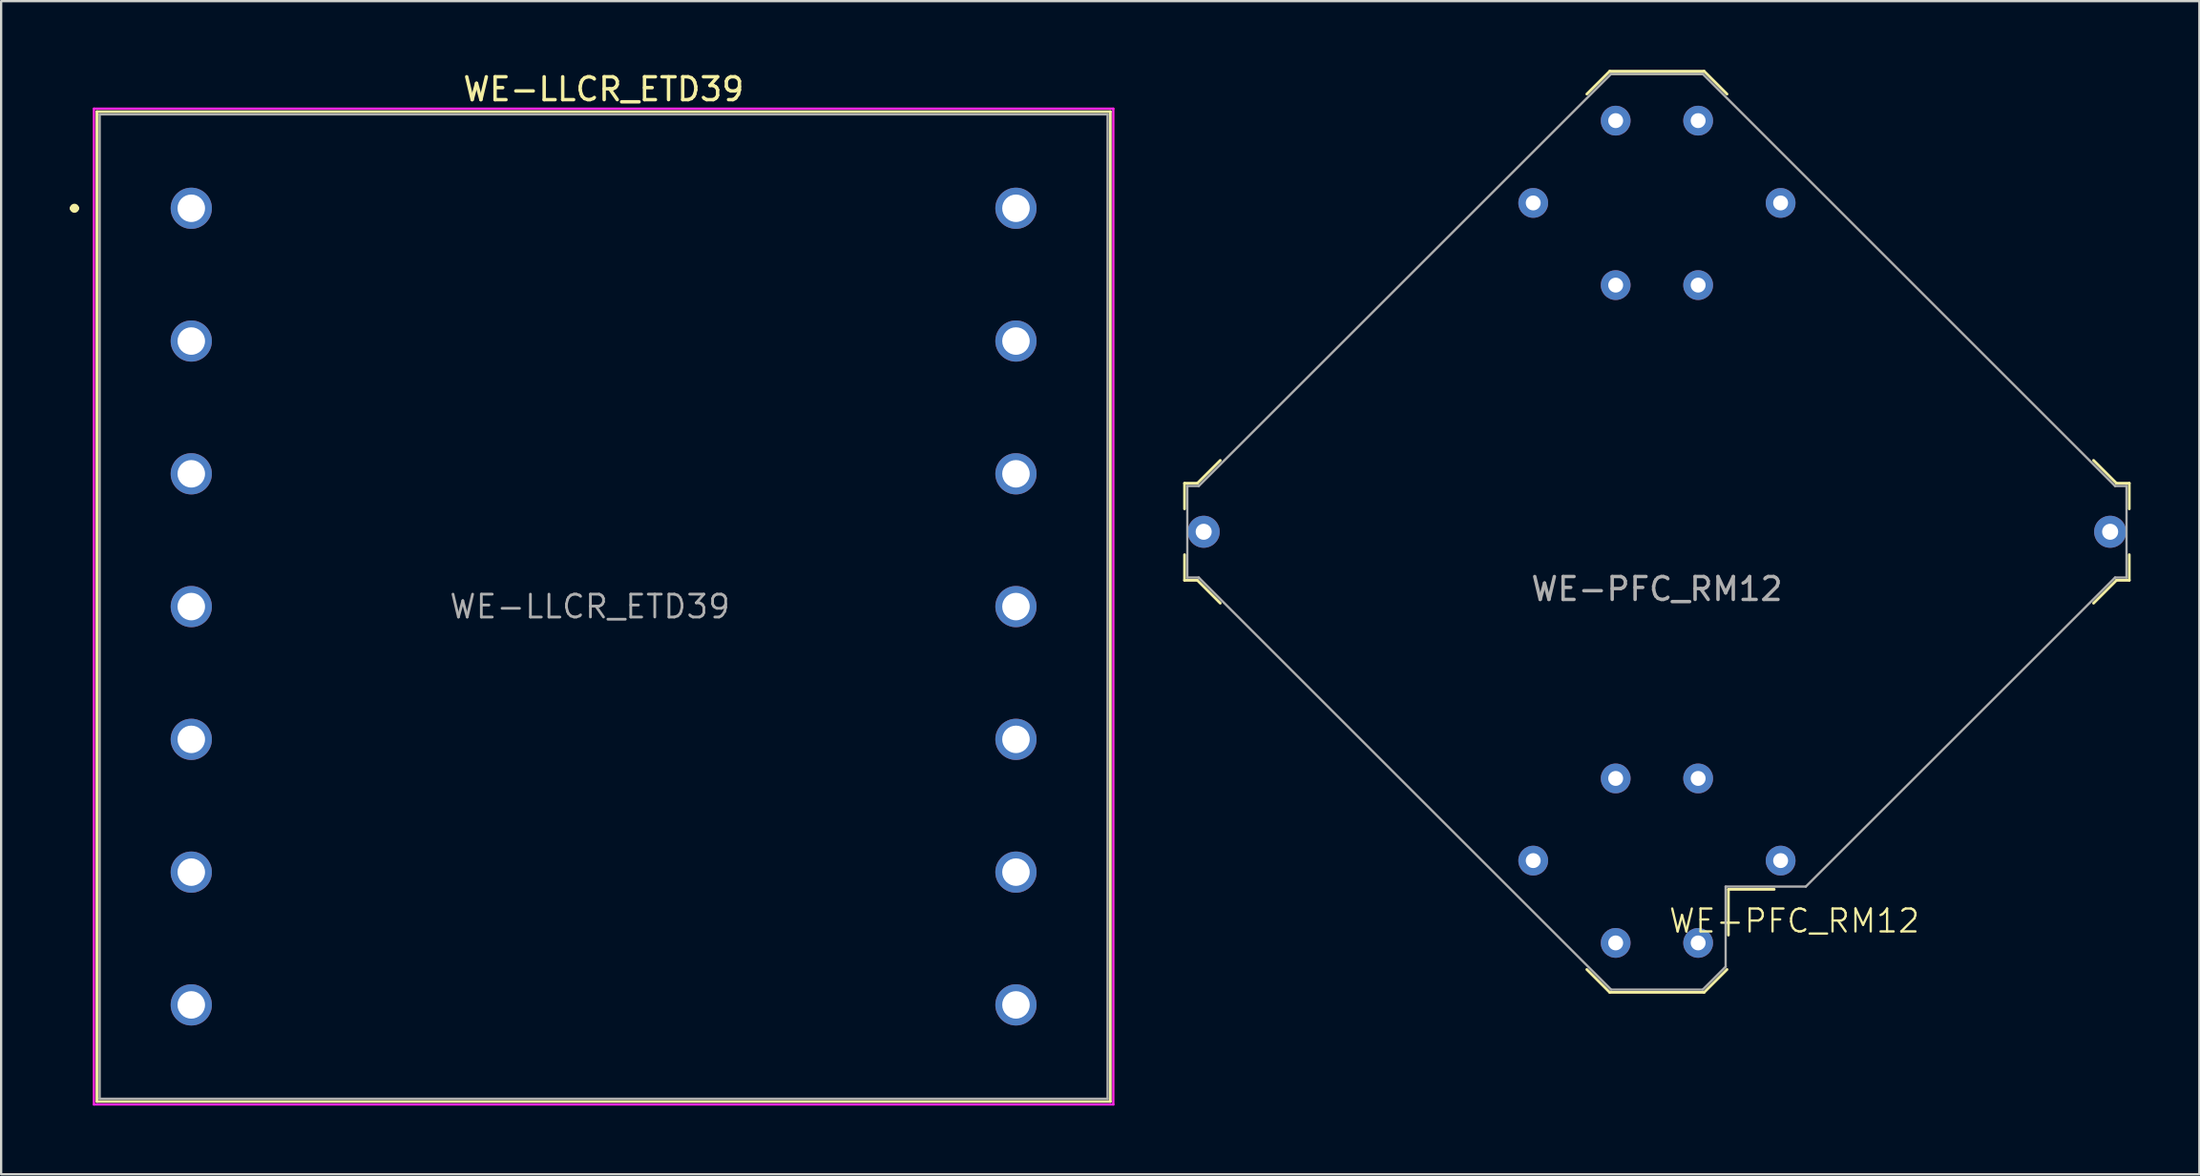
<source format=kicad_pcb>
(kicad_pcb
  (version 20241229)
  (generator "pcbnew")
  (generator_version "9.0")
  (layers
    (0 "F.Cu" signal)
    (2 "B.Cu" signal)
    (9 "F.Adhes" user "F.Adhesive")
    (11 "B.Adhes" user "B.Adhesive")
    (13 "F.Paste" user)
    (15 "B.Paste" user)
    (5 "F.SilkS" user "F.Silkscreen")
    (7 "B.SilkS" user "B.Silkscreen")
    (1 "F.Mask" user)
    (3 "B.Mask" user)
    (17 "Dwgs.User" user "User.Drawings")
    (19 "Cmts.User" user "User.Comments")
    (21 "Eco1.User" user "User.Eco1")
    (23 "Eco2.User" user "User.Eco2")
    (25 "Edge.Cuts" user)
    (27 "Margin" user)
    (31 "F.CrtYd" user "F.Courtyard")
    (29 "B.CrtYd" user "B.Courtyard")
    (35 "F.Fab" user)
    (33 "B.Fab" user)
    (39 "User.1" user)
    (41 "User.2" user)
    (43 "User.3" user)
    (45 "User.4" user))
  (footprint "WE-LLCR_ETD39"
    (layer "F.Cu")
    (at 23.3 23.448)
    (property "Reference" "WE-LLCR_ETD39" (at 0 -22.6 0) (layer "F.SilkS") (effects (font (size 1 1) (thickness 0.15))))
    (attr through_hole)
    (fp_line (start -23.2 -17.4) (end -23.2 -17.4) (stroke (width 0.2) (type solid)) (layer "F.SilkS"))
    (fp_line (start -23 -17.4) (end -23 -17.4) (stroke (width 0.2) (type solid)) (layer "F.SilkS"))
    (fp_line (start -22.12 -21.62) (end 22.12 -21.62) (stroke (width 0.12) (type solid)) (layer "F.SilkS"))
    (fp_line (start -22.12 21.62) (end -22.12 -21.62) (stroke (width 0.12) (type solid)) (layer "F.SilkS"))
    (fp_line (start 22.12 -21.62) (end 22.12 21.62) (stroke (width 0.12) (type solid)) (layer "F.SilkS"))
    (fp_line (start 22.12 21.62) (end -22.12 21.62) (stroke (width 0.12) (type solid)) (layer "F.SilkS"))
    (fp_arc (start -23.2 -17.4) (mid -23.1 -17.5) (end -23 -17.4) (stroke (width 0.2) (type solid)) (layer "F.SilkS"))
    (fp_arc (start -23 -17.4) (mid -23.1 -17.3) (end -23.2 -17.4) (stroke (width 0.2) (type solid)) (layer "F.SilkS"))
    (fp_line (start -22.25 -21.75) (end 22.25 -21.75) (stroke (width 0.1) (type solid)) (layer "F.CrtYd"))
    (fp_line (start -22.25 21.75) (end -22.25 -21.75) (stroke (width 0.1) (type solid)) (layer "F.CrtYd"))
    (fp_line (start 22.25 -21.75) (end 22.25 21.75) (stroke (width 0.1) (type solid)) (layer "F.CrtYd"))
    (fp_line (start 22.25 21.75) (end -22.25 21.75) (stroke (width 0.1) (type solid)) (layer "F.CrtYd"))
    (fp_line (start -22 -21.5) (end 22 -21.5) (stroke (width 0.1) (type solid)) (layer "F.Fab"))
    (fp_line (start -22 21.5) (end -22 -21.5) (stroke (width 0.1) (type solid)) (layer "F.Fab"))
    (fp_line (start 22 -21.5) (end 22 21.5) (stroke (width 0.1) (type solid)) (layer "F.Fab"))
    (fp_line (start 22 21.5) (end -22 21.5) (stroke (width 0.1) (type solid)) (layer "F.Fab"))
    (fp_text user "${REFERENCE}" (at -0.6 0 0) (layer "F.Fab") (effects (font (size 1 1) (thickness 0.12))))
    (pad "1" thru_hole circle (at -18 -17.4) (size 1.8 1.8) (drill 1.2) (layers "*.Cu" "*.Mask"))
    (pad "2" thru_hole circle (at -18 -11.6) (size 1.8 1.8) (drill 1.2) (layers "*.Cu" "*.Mask"))
    (pad "3" thru_hole circle (at -18 -5.8) (size 1.8 1.8) (drill 1.2) (layers "*.Cu" "*.Mask"))
    (pad "4" thru_hole circle (at -18 0) (size 1.8 1.8) (drill 1.2) (layers "*.Cu" "*.Mask"))
    (pad "5" thru_hole circle (at -18 5.8) (size 1.8 1.8) (drill 1.2) (layers "*.Cu" "*.Mask"))
    (pad "6" thru_hole circle (at -18 11.6) (size 1.8 1.8) (drill 1.2) (layers "*.Cu" "*.Mask"))
    (pad "7" thru_hole circle (at -18 17.4) (size 1.8 1.8) (drill 1.2) (layers "*.Cu" "*.Mask"))
    (pad "8" thru_hole circle (at 18 17.4) (size 1.8 1.8) (drill 1.2) (layers "*.Cu" "*.Mask"))
    (pad "9" thru_hole circle (at 18 11.6) (size 1.8 1.8) (drill 1.2) (layers "*.Cu" "*.Mask"))
    (pad "10" thru_hole circle (at 18 5.8) (size 1.8 1.8) (drill 1.2) (layers "*.Cu" "*.Mask"))
    (pad "11" thru_hole circle (at 18 0) (size 1.8 1.8) (drill 1.2) (layers "*.Cu" "*.Mask"))
    (pad "12" thru_hole circle (at 18 -5.8) (size 1.8 1.8) (drill 1.2) (layers "*.Cu" "*.Mask"))
    (pad "13" thru_hole circle (at 18 -11.6) (size 1.8 1.8) (drill 1.2) (layers "*.Cu" "*.Mask"))
    (pad "14" thru_hole circle (at 18 -17.4) (size 1.8 1.8) (drill 1.2) (layers "*.Cu" "*.Mask")))
  (footprint "WE-PFC_RM12"
    (layer "F.Cu")
    (at 69.28 20.18)
    (property "Reference" "WE-PFC_RM12" (at 6 17 0) (unlocked yes) (layer "F.SilkS") (effects (font (size 1 1) (thickness 0.1))))
    (attr through_hole)
    (fp_line (start -20.62 -2.12) (end -20.62 -1) (stroke (width 0.12) (type default)) (layer "F.SilkS"))
    (fp_line (start -20.62 2.12) (end -20.62 1) (stroke (width 0.12) (type default)) (layer "F.SilkS"))
    (fp_line (start -20.06 -2.12) (end -20.62 -2.12) (stroke (width 0.12) (type default)) (layer "F.SilkS"))
    (fp_line (start -20.06 -2.12) (end -19.06 -3.12) (stroke (width 0.12) (type default)) (layer "F.SilkS"))
    (fp_line (start -20.06 2.12) (end -20.62 2.12) (stroke (width 0.12) (type default)) (layer "F.SilkS"))
    (fp_line (start -20.06 2.12) (end -19.06 3.12) (stroke (width 0.12) (type default)) (layer "F.SilkS"))
    (fp_line (start -2.06 -20.12) (end -3.06 -19.12) (stroke (width 0.12) (type default)) (layer "F.SilkS"))
    (fp_line (start -2.06 20.12) (end -3.06 19.12) (stroke (width 0.12) (type default)) (layer "F.SilkS"))
    (fp_line (start -2.06 20.12) (end 2.06 20.12) (stroke (width 0.12) (type default)) (layer "F.SilkS"))
    (fp_line (start 2 -20) (end -2 -20) (stroke (width 0.1) (type default)) (layer "F.SilkS"))
    (fp_line (start 2.06 -20.12) (end -2.06 -20.12) (stroke (width 0.12) (type default)) (layer "F.SilkS"))
    (fp_line (start 2.06 -20.12) (end 3.06 -19.12) (stroke (width 0.12) (type default)) (layer "F.SilkS"))
    (fp_line (start 2.06 20.12) (end 3.06 19.12) (stroke (width 0.12) (type default)) (layer "F.SilkS"))
    (fp_line (start 3.12 15.62) (end 3.12 17.62) (stroke (width 0.12) (type default)) (layer "F.SilkS"))
    (fp_line (start 3.12 15.62) (end 5.12 15.62) (stroke (width 0.12) (type default)) (layer "F.SilkS"))
    (fp_line (start 19.06 -3.12) (end 20.06 -2.12) (stroke (width 0.12) (type default)) (layer "F.SilkS"))
    (fp_line (start 19.06 3.12) (end 20.06 2.12) (stroke (width 0.12) (type default)) (layer "F.SilkS"))
    (fp_line (start 20.06 -2.12) (end 20.62 -2.12) (stroke (width 0.12) (type default)) (layer "F.SilkS"))
    (fp_line (start 20.06 2.12) (end 20.62 2.12) (stroke (width 0.12) (type default)) (layer "F.SilkS"))
    (fp_line (start 20.62 -2.12) (end 20.62 -1) (stroke (width 0.12) (type default)) (layer "F.SilkS"))
    (fp_line (start 20.62 2.12) (end 20.62 1) (stroke (width 0.12) (type default)) (layer "F.SilkS"))
    (fp_line (start -20.5 2) (end -20.5 -2) (stroke (width 0.1) (type default)) (layer "F.Fab"))
    (fp_line (start -20 -2) (end -20.5 -2) (stroke (width 0.1) (type default)) (layer "F.Fab"))
    (fp_line (start -20 2) (end -20.5 2) (stroke (width 0.1) (type default)) (layer "F.Fab"))
    (fp_line (start -2 -20) (end -20 -2) (stroke (width 0.1) (type default)) (layer "F.Fab"))
    (fp_line (start -2 20) (end -20 2) (stroke (width 0.1) (type default)) (layer "F.Fab"))
    (fp_line (start -2 20) (end 2 20) (stroke (width 0.1) (type default)) (layer "F.Fab"))
    (fp_line (start 2 -20) (end -2 -20) (stroke (width 0.1) (type default)) (layer "F.Fab"))
    (fp_line (start 2 20) (end 3 19) (stroke (width 0.1) (type default)) (layer "F.Fab"))
    (fp_line (start 3 15.5) (end 6.5 15.5) (stroke (width 0.1) (type default)) (layer "F.Fab"))
    (fp_line (start 3 19) (end 3 15.5) (stroke (width 0.1) (type default)) (layer "F.Fab"))
    (fp_line (start 6.5 15.5) (end 20 2) (stroke (width 0.1) (type default)) (layer "F.Fab"))
    (fp_line (start 20 -2) (end 2 -20) (stroke (width 0.1) (type default)) (layer "F.Fab"))
    (fp_line (start 20 -2) (end 20.5 -2) (stroke (width 0.1) (type default)) (layer "F.Fab"))
    (fp_line (start 20 2) (end 20.5 2) (stroke (width 0.1) (type default)) (layer "F.Fab"))
    (fp_line (start 20.5 2) (end 20.5 -2) (stroke (width 0.1) (type default)) (layer "F.Fab"))
    (fp_text user "${REFERENCE}" (at 0 2.5 0) (unlocked yes) (layer "F.Fab") (effects (font (size 1 1) (thickness 0.15))))
    (pad "1" thru_hole circle (at 1.8 17.96) (size 1.3 1.3) (drill 0.65) (layers "*.Cu" "*.Mask"))
    (pad "2" thru_hole circle (at 5.4 14.365) (size 1.3 1.3) (drill 0.65) (layers "*.Cu" "*.Mask"))
    (pad "3" thru_hole circle (at 1.8 10.775) (size 1.3 1.3) (drill 0.65) (layers "*.Cu" "*.Mask"))
    (pad "4" thru_hole circle (at 1.8 -10.775) (size 1.3 1.3) (drill 0.65) (layers "*.Cu" "*.Mask"))
    (pad "5" thru_hole circle (at 5.4 -14.365) (size 1.3 1.3) (drill 0.65) (layers "*.Cu" "*.Mask"))
    (pad "6" thru_hole circle (at 1.8 -17.96) (size 1.3 1.3) (drill 0.65) (layers "*.Cu" "*.Mask"))
    (pad "7" thru_hole circle (at -1.8 -17.96) (size 1.3 1.3) (drill 0.65) (layers "*.Cu" "*.Mask"))
    (pad "8" thru_hole circle (at -5.4 -14.365) (size 1.3 1.3) (drill 0.65) (layers "*.Cu" "*.Mask"))
    (pad "9" thru_hole circle (at -1.8 -10.775) (size 1.3 1.3) (drill 0.65) (layers "*.Cu" "*.Mask"))
    (pad "10" thru_hole circle (at -1.8 10.775) (size 1.3 1.3) (drill 0.65) (layers "*.Cu" "*.Mask"))
    (pad "11" thru_hole circle (at -5.4 14.365) (size 1.3 1.3) (drill 0.65) (layers "*.Cu" "*.Mask"))
    (pad "12" thru_hole circle (at -1.8 17.96) (size 1.3 1.3) (drill 0.65) (layers "*.Cu" "*.Mask"))
    (pad "NC" thru_hole circle (at -19.785 0) (size 1.4 1.4) (drill 0.7) (layers "*.Cu" "*.Mask"))
    (pad "NC" thru_hole circle (at 19.785 0 90) (size 1.4 1.4) (drill 0.7) (layers "*.Cu" "*.Mask")))
  (gr_rect
    (start -3 -3)
    (end 92.96 48.248)
    (stroke (width 0.1) (type default))
    (fill no)
    (layer "Edge.Cuts")))
</source>
